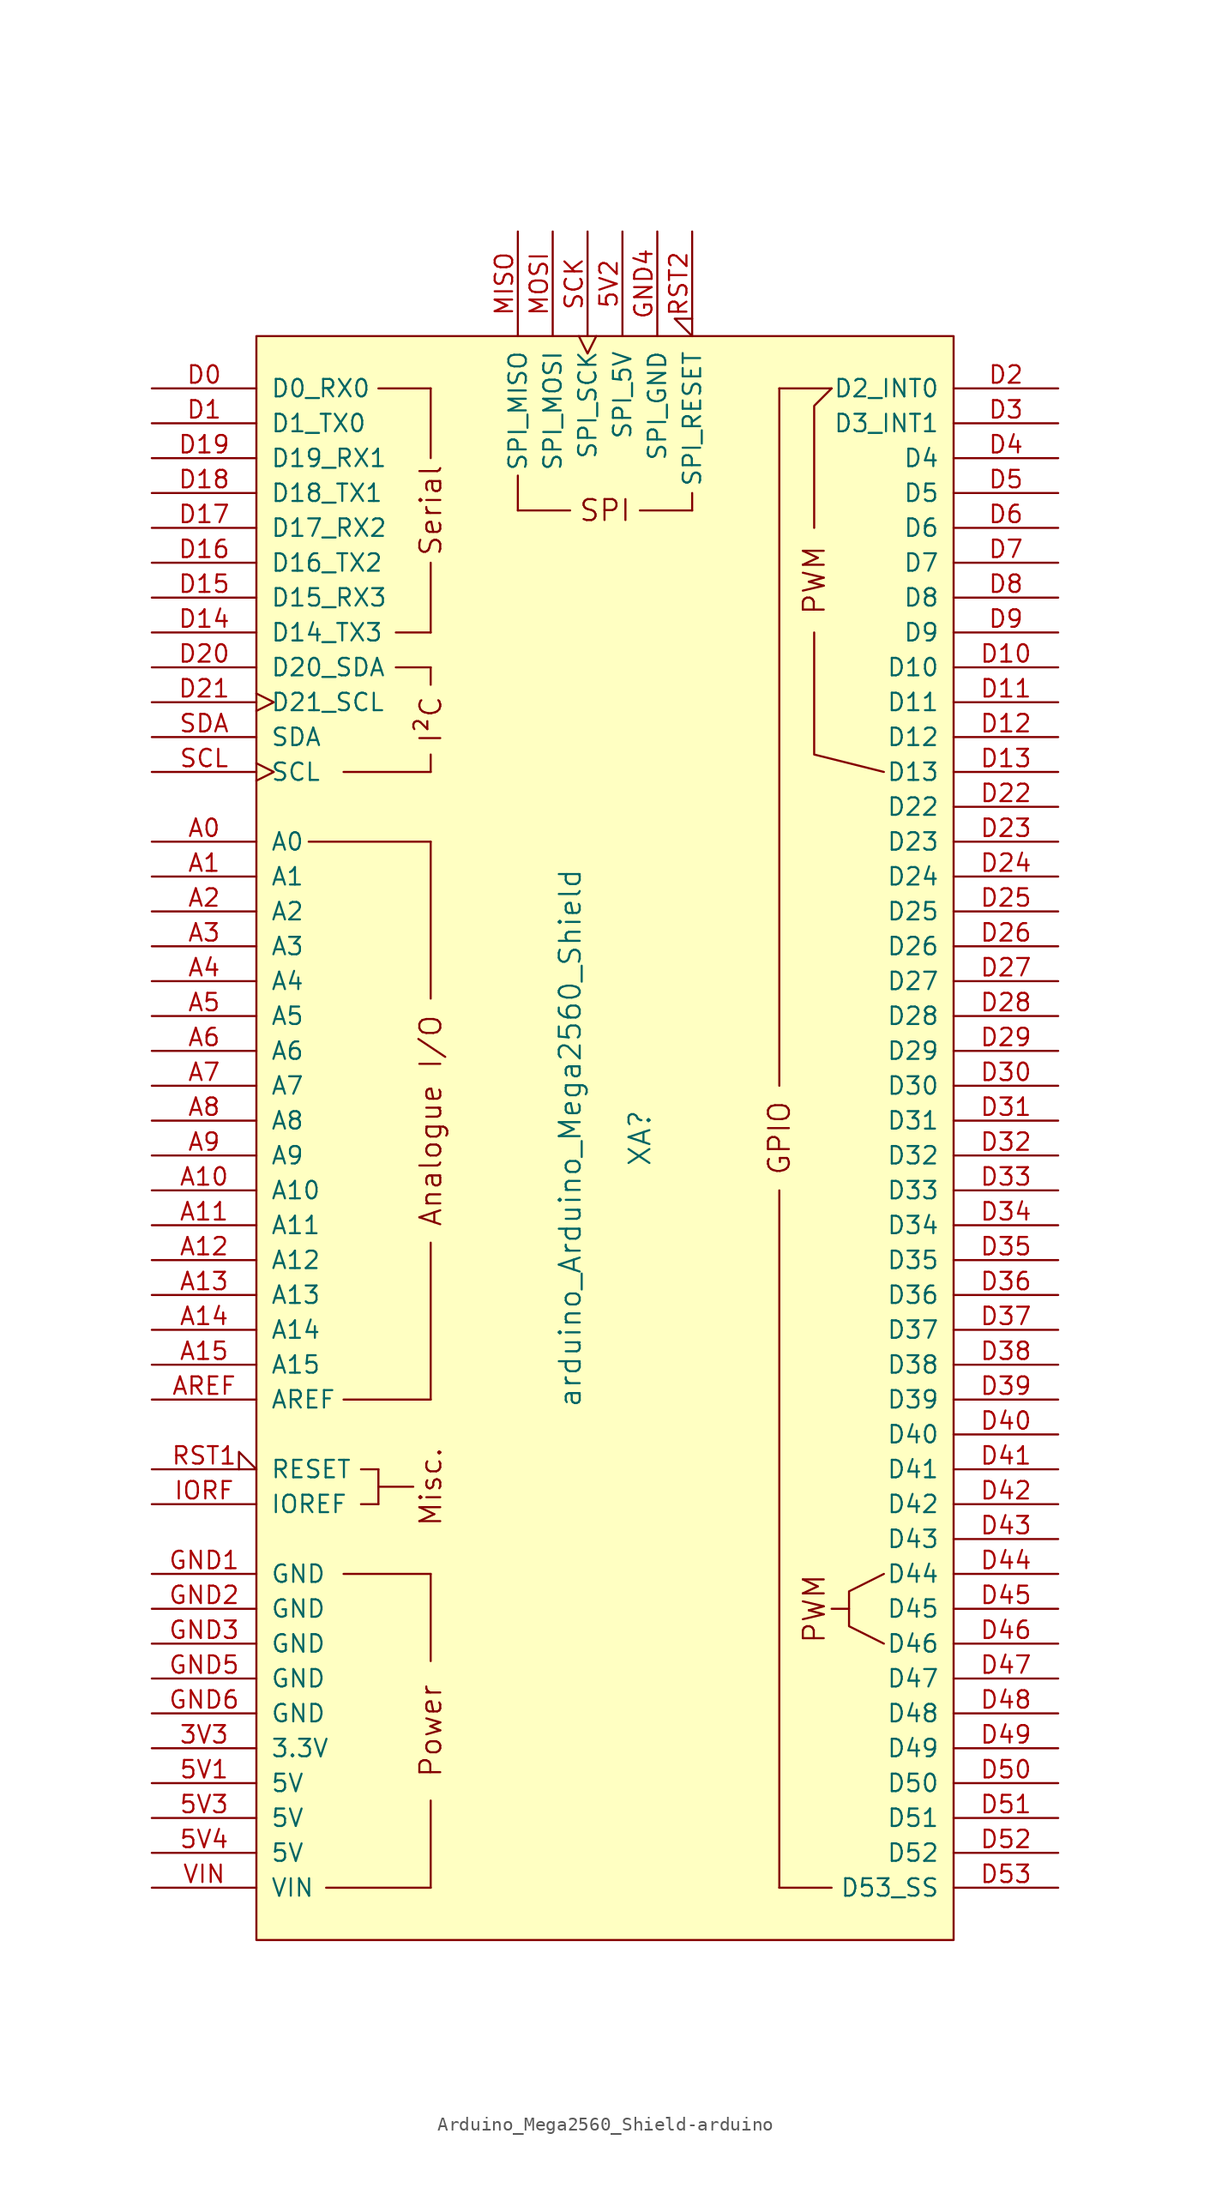
<source format=kicad_sym>
(kicad_symbol_lib
  (version 20220914)
  (generator kicad_symbol_editor)
  (symbol "Arduino_Mega2560_Shield-arduino"
    (pin_names
      (offset 1.016))
    (property "Reference" "XA"
      (at 2.54 0 90)
      (effects (font (size 1.524 1.524))))
    (property "Value" "arduino_Arduino_Mega2560_Shield"
      (at -2.54 0 90)
      (effects (font (size 1.524 1.524))))
    (symbol "Arduino_Mega2560_Shield-arduino_0_0"
      (rectangle (start -25.4 -58.42) (end 25.4 58.42) (stroke (width 0) (type solid)) (fill (type background)))
      (rectangle (start -20.32 -54.61) (end -12.7 -54.61) (stroke (width 0) (type solid)) (fill (type none)))
      (rectangle (start -19.05 -31.75) (end -12.7 -31.75) (stroke (width 0) (type solid)) (fill (type none)))
      (rectangle (start -19.05 -19.05) (end -12.7 -19.05) (stroke (width 0) (type solid)) (fill (type none)))
      (rectangle (start -19.05 26.67) (end -12.7 26.67) (stroke (width 0) (type solid)) (fill (type none)))
      (rectangle (start -17.78 -26.67) (end -16.51 -26.67) (stroke (width 0) (type solid)) (fill (type none)))
      (rectangle (start -17.78 -24.13) (end -16.51 -24.13) (stroke (width 0) (type solid)) (fill (type none)))
      (rectangle (start -16.51 -25.4) (end -13.97 -25.4) (stroke (width 0) (type solid)) (fill (type none)))
      (rectangle (start -16.51 -24.13) (end -16.51 -26.67) (stroke (width 0) (type solid)) (fill (type none)))
      (rectangle (start -16.51 54.61) (end -12.7 54.61) (stroke (width 0) (type solid)) (fill (type none)))
      (rectangle (start -15.24 34.29) (end -12.7 34.29) (stroke (width 0) (type solid)) (fill (type none)))
      (rectangle (start -15.24 36.83) (end -12.7 36.83) (stroke (width 0) (type solid)) (fill (type none)))
      (rectangle (start -12.7 -54.61) (end -12.7 -48.26) (stroke (width 0) (type solid)) (fill (type none)))
      (rectangle (start -12.7 -31.75) (end -12.7 -38.1) (stroke (width 0) (type solid)) (fill (type none)))
      (rectangle (start -12.7 26.67) (end -12.7 27.94) (stroke (width 0) (type solid)) (fill (type none)))
      (rectangle (start -12.7 34.29) (end -12.7 33.02) (stroke (width 0) (type solid)) (fill (type none)))
      (rectangle (start -12.7 41.91) (end -12.7 36.83) (stroke (width 0) (type solid)) (fill (type none)))
      (rectangle (start -12.7 49.53) (end -12.7 54.61) (stroke (width 0) (type solid)) (fill (type none)))
      (rectangle (start -6.35 48.26) (end -6.35 45.72) (stroke (width 0) (type solid)) (fill (type none)))
      (rectangle (start -2.54 45.72) (end -6.35 45.72) (stroke (width 0) (type solid)) (fill (type none)))
      (polyline (pts (xy -21.59 21.59) (xy -12.7 21.59)) (stroke (width 0) (type solid)) (fill (type none)))
      (polyline (pts (xy -12.7 -19.05) (xy -12.7 -7.62)) (stroke (width 0) (type solid)) (fill (type none)))
      (polyline (pts (xy -12.7 10.16) (xy -12.7 21.59)) (stroke (width 0) (type solid)) (fill (type none)))
      (polyline (pts (xy 12.7 -54.61) (xy 16.51 -54.61)) (stroke (width 0) (type solid)) (fill (type none)))
      (polyline (pts (xy 12.7 54.61) (xy 16.51 54.61)) (stroke (width 0) (type solid)) (fill (type none)))
      (polyline (pts (xy 17.78 -34.29) (xy 16.51 -34.29)) (stroke (width 0) (type solid)) (fill (type none)))
      (polyline (pts (xy 15.24 36.83) (xy 15.24 27.94) (xy 20.32 26.67)) (stroke (width 0) (type solid)) (fill (type none)))
      (polyline (pts (xy 15.24 44.45) (xy 15.24 53.34) (xy 16.51 54.61)) (stroke (width 0) (type solid)) (fill (type none)))
      (polyline (pts (xy 20.32 -31.75) (xy 17.78 -33.02) (xy 17.78 -35.56) (xy 20.32 -36.83)) (stroke (width 0) (type solid)) (fill (type none)))
      (rectangle (start 6.35 45.72) (end 2.54 45.72) (stroke (width 0) (type solid)) (fill (type none)))
      (rectangle (start 6.35 46.99) (end 6.35 45.72) (stroke (width 0) (type solid)) (fill (type none)))
      (text "Analogue I/O" (at -12.7 1.27 900) (effects (font (size 1.524 1.524))))
      (text "I²C" (at -12.7 30.48 900) (effects (font (size 1.524 1.524))))
      (text "Misc." (at -12.7 -25.4 900) (effects (font (size 1.524 1.524))))
      (text "Power" (at -12.7 -43.18 900) (effects (font (size 1.524 1.524))))
      (text "PWM" (at 15.24 -34.29 900) (effects (font (size 1.524 1.524))))
      (text "PWM" (at 15.24 40.64 900) (effects (font (size 1.524 1.524))))
      (text "Serial" (at -12.7 45.72 900) (effects (font (size 1.524 1.524))))
      (text "SPI" (at 0 45.72 0) (effects (font (size 1.524 1.524)))))
    (symbol "Arduino_Mega2560_Shield-arduino_1_0"
      (rectangle (start 12.7 -54.61) (end 12.7 -3.81) (stroke (width 0) (type solid)) (fill (type none)))
      (rectangle (start 12.7 54.61) (end 12.7 3.81) (stroke (width 0) (type solid)) (fill (type none)))
      (text "GPIO" (at 12.7 0 900) (effects (font (size 1.524 1.524)))))
    (symbol "Arduino_Mega2560_Shield-arduino_1_1"
      (pin power_in line (at -33.02 -44.45 0) (length 7.62) (name "3.3V" (effects (font (size 1.27 1.27)))) (number "3V3" (effects (font (size 1.27 1.27)))))
      (pin power_in line (at -33.02 -46.99 0) (length 7.62) (name "5V" (effects (font (size 1.27 1.27)))) (number "5V1" (effects (font (size 1.27 1.27)))))
      (pin power_in line (at 1.27 66.04 270) (length 7.62) (name "SPI_5V" (effects (font (size 1.27 1.27)))) (number "5V2" (effects (font (size 1.27 1.27)))))
      (pin power_in line (at -33.02 -49.53 0) (length 7.62) (name "5V" (effects (font (size 1.27 1.27)))) (number "5V3" (effects (font (size 1.27 1.27)))))
      (pin power_in line (at -33.02 -52.07 0) (length 7.62) (name "5V" (effects (font (size 1.27 1.27)))) (number "5V4" (effects (font (size 1.27 1.27)))))
      (pin bidirectional line (at -33.02 21.59 0) (length 7.62) (name "A0" (effects (font (size 1.27 1.27)))) (number "A0" (effects (font (size 1.27 1.27)))))
      (pin bidirectional line (at -33.02 19.05 0) (length 7.62) (name "A1" (effects (font (size 1.27 1.27)))) (number "A1" (effects (font (size 1.27 1.27)))))
      (pin bidirectional line (at -33.02 -3.81 0) (length 7.62) (name "A10" (effects (font (size 1.27 1.27)))) (number "A10" (effects (font (size 1.27 1.27)))))
      (pin bidirectional line (at -33.02 -6.35 0) (length 7.62) (name "A11" (effects (font (size 1.27 1.27)))) (number "A11" (effects (font (size 1.27 1.27)))))
      (pin bidirectional line (at -33.02 -8.89 0) (length 7.62) (name "A12" (effects (font (size 1.27 1.27)))) (number "A12" (effects (font (size 1.27 1.27)))))
      (pin bidirectional line (at -33.02 -11.43 0) (length 7.62) (name "A13" (effects (font (size 1.27 1.27)))) (number "A13" (effects (font (size 1.27 1.27)))))
      (pin bidirectional line (at -33.02 -13.97 0) (length 7.62) (name "A14" (effects (font (size 1.27 1.27)))) (number "A14" (effects (font (size 1.27 1.27)))))
      (pin bidirectional line (at -33.02 -16.51 0) (length 7.62) (name "A15" (effects (font (size 1.27 1.27)))) (number "A15" (effects (font (size 1.27 1.27)))))
      (pin bidirectional line (at -33.02 16.51 0) (length 7.62) (name "A2" (effects (font (size 1.27 1.27)))) (number "A2" (effects (font (size 1.27 1.27)))))
      (pin bidirectional line (at -33.02 13.97 0) (length 7.62) (name "A3" (effects (font (size 1.27 1.27)))) (number "A3" (effects (font (size 1.27 1.27)))))
      (pin bidirectional line (at -33.02 11.43 0) (length 7.62) (name "A4" (effects (font (size 1.27 1.27)))) (number "A4" (effects (font (size 1.27 1.27)))))
      (pin bidirectional line (at -33.02 8.89 0) (length 7.62) (name "A5" (effects (font (size 1.27 1.27)))) (number "A5" (effects (font (size 1.27 1.27)))))
      (pin bidirectional line (at -33.02 6.35 0) (length 7.62) (name "A6" (effects (font (size 1.27 1.27)))) (number "A6" (effects (font (size 1.27 1.27)))))
      (pin bidirectional line (at -33.02 3.81 0) (length 7.62) (name "A7" (effects (font (size 1.27 1.27)))) (number "A7" (effects (font (size 1.27 1.27)))))
      (pin bidirectional line (at -33.02 1.27 0) (length 7.62) (name "A8" (effects (font (size 1.27 1.27)))) (number "A8" (effects (font (size 1.27 1.27)))))
      (pin bidirectional line (at -33.02 -1.27 0) (length 7.62) (name "A9" (effects (font (size 1.27 1.27)))) (number "A9" (effects (font (size 1.27 1.27)))))
      (pin input line (at -33.02 -19.05 0) (length 7.62) (name "AREF" (effects (font (size 1.27 1.27)))) (number "AREF" (effects (font (size 1.27 1.27)))))
      (pin bidirectional line (at -33.02 54.61 0) (length 7.62) (name "D0_RX0" (effects (font (size 1.27 1.27)))) (number "D0" (effects (font (size 1.27 1.27)))))
      (pin bidirectional line (at -33.02 52.07 0) (length 7.62) (name "D1_TX0" (effects (font (size 1.27 1.27)))) (number "D1" (effects (font (size 1.27 1.27)))))
      (pin bidirectional line (at 33.02 34.29 180) (length 7.62) (name "D10" (effects (font (size 1.27 1.27)))) (number "D10" (effects (font (size 1.27 1.27)))))
      (pin bidirectional line (at 33.02 31.75 180) (length 7.62) (name "D11" (effects (font (size 1.27 1.27)))) (number "D11" (effects (font (size 1.27 1.27)))))
      (pin bidirectional line (at 33.02 29.21 180) (length 7.62) (name "D12" (effects (font (size 1.27 1.27)))) (number "D12" (effects (font (size 1.27 1.27)))))
      (pin bidirectional line (at 33.02 26.67 180) (length 7.62) (name "D13" (effects (font (size 1.27 1.27)))) (number "D13" (effects (font (size 1.27 1.27)))))
      (pin bidirectional line (at -33.02 36.83 0) (length 7.62) (name "D14_TX3" (effects (font (size 1.27 1.27)))) (number "D14" (effects (font (size 1.27 1.27)))))
      (pin bidirectional line (at -33.02 39.37 0) (length 7.62) (name "D15_RX3" (effects (font (size 1.27 1.27)))) (number "D15" (effects (font (size 1.27 1.27)))))
      (pin bidirectional line (at -33.02 41.91 0) (length 7.62) (name "D16_TX2" (effects (font (size 1.27 1.27)))) (number "D16" (effects (font (size 1.27 1.27)))))
      (pin bidirectional line (at -33.02 44.45 0) (length 7.62) (name "D17_RX2" (effects (font (size 1.27 1.27)))) (number "D17" (effects (font (size 1.27 1.27)))))
      (pin bidirectional line (at -33.02 46.99 0) (length 7.62) (name "D18_TX1" (effects (font (size 1.27 1.27)))) (number "D18" (effects (font (size 1.27 1.27)))))
      (pin bidirectional line (at -33.02 49.53 0) (length 7.62) (name "D19_RX1" (effects (font (size 1.27 1.27)))) (number "D19" (effects (font (size 1.27 1.27)))))
      (pin bidirectional line (at 33.02 54.61 180) (length 7.62) (name "D2_INT0" (effects (font (size 1.27 1.27)))) (number "D2" (effects (font (size 1.27 1.27)))))
      (pin bidirectional line (at -33.02 34.29 0) (length 7.62) (name "D20_SDA" (effects (font (size 1.27 1.27)))) (number "D20" (effects (font (size 1.27 1.27)))))
      (pin bidirectional clock (at -33.02 31.75 0) (length 7.62) (name "D21_SCL" (effects (font (size 1.27 1.27)))) (number "D21" (effects (font (size 1.27 1.27)))))
      (pin bidirectional line (at 33.02 24.13 180) (length 7.62) (name "D22" (effects (font (size 1.27 1.27)))) (number "D22" (effects (font (size 1.27 1.27)))))
      (pin bidirectional line (at 33.02 21.59 180) (length 7.62) (name "D23" (effects (font (size 1.27 1.27)))) (number "D23" (effects (font (size 1.27 1.27)))))
      (pin bidirectional line (at 33.02 19.05 180) (length 7.62) (name "D24" (effects (font (size 1.27 1.27)))) (number "D24" (effects (font (size 1.27 1.27)))))
      (pin bidirectional line (at 33.02 16.51 180) (length 7.62) (name "D25" (effects (font (size 1.27 1.27)))) (number "D25" (effects (font (size 1.27 1.27)))))
      (pin bidirectional line (at 33.02 13.97 180) (length 7.62) (name "D26" (effects (font (size 1.27 1.27)))) (number "D26" (effects (font (size 1.27 1.27)))))
      (pin bidirectional line (at 33.02 11.43 180) (length 7.62) (name "D27" (effects (font (size 1.27 1.27)))) (number "D27" (effects (font (size 1.27 1.27)))))
      (pin bidirectional line (at 33.02 8.89 180) (length 7.62) (name "D28" (effects (font (size 1.27 1.27)))) (number "D28" (effects (font (size 1.27 1.27)))))
      (pin bidirectional line (at 33.02 6.35 180) (length 7.62) (name "D29" (effects (font (size 1.27 1.27)))) (number "D29" (effects (font (size 1.27 1.27)))))
      (pin bidirectional line (at 33.02 52.07 180) (length 7.62) (name "D3_INT1" (effects (font (size 1.27 1.27)))) (number "D3" (effects (font (size 1.27 1.27)))))
      (pin bidirectional line (at 33.02 3.81 180) (length 7.62) (name "D30" (effects (font (size 1.27 1.27)))) (number "D30" (effects (font (size 1.27 1.27)))))
      (pin bidirectional line (at 33.02 1.27 180) (length 7.62) (name "D31" (effects (font (size 1.27 1.27)))) (number "D31" (effects (font (size 1.27 1.27)))))
      (pin bidirectional line (at 33.02 -1.27 180) (length 7.62) (name "D32" (effects (font (size 1.27 1.27)))) (number "D32" (effects (font (size 1.27 1.27)))))
      (pin bidirectional line (at 33.02 -3.81 180) (length 7.62) (name "D33" (effects (font (size 1.27 1.27)))) (number "D33" (effects (font (size 1.27 1.27)))))
      (pin bidirectional line (at 33.02 -6.35 180) (length 7.62) (name "D34" (effects (font (size 1.27 1.27)))) (number "D34" (effects (font (size 1.27 1.27)))))
      (pin bidirectional line (at 33.02 -8.89 180) (length 7.62) (name "D35" (effects (font (size 1.27 1.27)))) (number "D35" (effects (font (size 1.27 1.27)))))
      (pin bidirectional line (at 33.02 -11.43 180) (length 7.62) (name "D36" (effects (font (size 1.27 1.27)))) (number "D36" (effects (font (size 1.27 1.27)))))
      (pin bidirectional line (at 33.02 -13.97 180) (length 7.62) (name "D37" (effects (font (size 1.27 1.27)))) (number "D37" (effects (font (size 1.27 1.27)))))
      (pin bidirectional line (at 33.02 -16.51 180) (length 7.62) (name "D38" (effects (font (size 1.27 1.27)))) (number "D38" (effects (font (size 1.27 1.27)))))
      (pin bidirectional line (at 33.02 -19.05 180) (length 7.62) (name "D39" (effects (font (size 1.27 1.27)))) (number "D39" (effects (font (size 1.27 1.27)))))
      (pin bidirectional line (at 33.02 49.53 180) (length 7.62) (name "D4" (effects (font (size 1.27 1.27)))) (number "D4" (effects (font (size 1.27 1.27)))))
      (pin bidirectional line (at 33.02 -21.59 180) (length 7.62) (name "D40" (effects (font (size 1.27 1.27)))) (number "D40" (effects (font (size 1.27 1.27)))))
      (pin bidirectional line (at 33.02 -24.13 180) (length 7.62) (name "D41" (effects (font (size 1.27 1.27)))) (number "D41" (effects (font (size 1.27 1.27)))))
      (pin bidirectional line (at 33.02 -26.67 180) (length 7.62) (name "D42" (effects (font (size 1.27 1.27)))) (number "D42" (effects (font (size 1.27 1.27)))))
      (pin bidirectional line (at 33.02 -29.21 180) (length 7.62) (name "D43" (effects (font (size 1.27 1.27)))) (number "D43" (effects (font (size 1.27 1.27)))))
      (pin bidirectional line (at 33.02 -31.75 180) (length 7.62) (name "D44" (effects (font (size 1.27 1.27)))) (number "D44" (effects (font (size 1.27 1.27)))))
      (pin bidirectional line (at 33.02 -34.29 180) (length 7.62) (name "D45" (effects (font (size 1.27 1.27)))) (number "D45" (effects (font (size 1.27 1.27)))))
      (pin bidirectional line (at 33.02 -36.83 180) (length 7.62) (name "D46" (effects (font (size 1.27 1.27)))) (number "D46" (effects (font (size 1.27 1.27)))))
      (pin bidirectional line (at 33.02 -39.37 180) (length 7.62) (name "D47" (effects (font (size 1.27 1.27)))) (number "D47" (effects (font (size 1.27 1.27)))))
      (pin bidirectional line (at 33.02 -41.91 180) (length 7.62) (name "D48" (effects (font (size 1.27 1.27)))) (number "D48" (effects (font (size 1.27 1.27)))))
      (pin bidirectional line (at 33.02 -44.45 180) (length 7.62) (name "D49" (effects (font (size 1.27 1.27)))) (number "D49" (effects (font (size 1.27 1.27)))))
      (pin bidirectional line (at 33.02 46.99 180) (length 7.62) (name "D5" (effects (font (size 1.27 1.27)))) (number "D5" (effects (font (size 1.27 1.27)))))
      (pin bidirectional line (at 33.02 -46.99 180) (length 7.62) (name "D50" (effects (font (size 1.27 1.27)))) (number "D50" (effects (font (size 1.27 1.27)))))
      (pin bidirectional line (at 33.02 -49.53 180) (length 7.62) (name "D51" (effects (font (size 1.27 1.27)))) (number "D51" (effects (font (size 1.27 1.27)))))
      (pin bidirectional line (at 33.02 -52.07 180) (length 7.62) (name "D52" (effects (font (size 1.27 1.27)))) (number "D52" (effects (font (size 1.27 1.27)))))
      (pin bidirectional line (at 33.02 -54.61 180) (length 7.62) (name "D53_SS" (effects (font (size 1.27 1.27)))) (number "D53" (effects (font (size 1.27 1.27)))))
      (pin bidirectional line (at 33.02 44.45 180) (length 7.62) (name "D6" (effects (font (size 1.27 1.27)))) (number "D6" (effects (font (size 1.27 1.27)))))
      (pin bidirectional line (at 33.02 41.91 180) (length 7.62) (name "D7" (effects (font (size 1.27 1.27)))) (number "D7" (effects (font (size 1.27 1.27)))))
      (pin bidirectional line (at 33.02 39.37 180) (length 7.62) (name "D8" (effects (font (size 1.27 1.27)))) (number "D8" (effects (font (size 1.27 1.27)))))
      (pin bidirectional line (at 33.02 36.83 180) (length 7.62) (name "D9" (effects (font (size 1.27 1.27)))) (number "D9" (effects (font (size 1.27 1.27)))))
      (pin power_in line (at -33.02 -31.75 0) (length 7.62) (name "GND" (effects (font (size 1.27 1.27)))) (number "GND1" (effects (font (size 1.27 1.27)))))
      (pin power_in line (at -33.02 -34.29 0) (length 7.62) (name "GND" (effects (font (size 1.27 1.27)))) (number "GND2" (effects (font (size 1.27 1.27)))))
      (pin power_in line (at -33.02 -36.83 0) (length 7.62) (name "GND" (effects (font (size 1.27 1.27)))) (number "GND3" (effects (font (size 1.27 1.27)))))
      (pin power_in line (at 3.81 66.04 270) (length 7.62) (name "SPI_GND" (effects (font (size 1.27 1.27)))) (number "GND4" (effects (font (size 1.27 1.27)))))
      (pin power_in line (at -33.02 -39.37 0) (length 7.62) (name "GND" (effects (font (size 1.27 1.27)))) (number "GND5" (effects (font (size 1.27 1.27)))))
      (pin power_in line (at -33.02 -41.91 0) (length 7.62) (name "GND" (effects (font (size 1.27 1.27)))) (number "GND6" (effects (font (size 1.27 1.27)))))
      (pin output line (at -33.02 -26.67 0) (length 7.62) (name "IOREF" (effects (font (size 1.27 1.27)))) (number "IORF" (effects (font (size 1.27 1.27)))))
      (pin input line (at -6.35 66.04 270) (length 7.62) (name "SPI_MISO" (effects (font (size 1.27 1.27)))) (number "MISO" (effects (font (size 1.27 1.27)))))
      (pin output line (at -3.81 66.04 270) (length 7.62) (name "SPI_MOSI" (effects (font (size 1.27 1.27)))) (number "MOSI" (effects (font (size 1.27 1.27)))))
      (pin open_collector input_low (at -33.02 -24.13 0) (length 7.62) (name "RESET" (effects (font (size 1.27 1.27)))) (number "RST1" (effects (font (size 1.27 1.27)))))
      (pin open_collector input_low (at 6.35 66.04 270) (length 7.62) (name "SPI_RESET" (effects (font (size 1.27 1.27)))) (number "RST2" (effects (font (size 1.27 1.27)))))
      (pin output clock (at -1.27 66.04 270) (length 7.62) (name "SPI_SCK" (effects (font (size 1.27 1.27)))) (number "SCK" (effects (font (size 1.27 1.27)))))
      (pin bidirectional clock (at -33.02 26.67 0) (length 7.62) (name "SCL" (effects (font (size 1.27 1.27)))) (number "SCL" (effects (font (size 1.27 1.27)))))
      (pin bidirectional line (at -33.02 29.21 0) (length 7.62) (name "SDA" (effects (font (size 1.27 1.27)))) (number "SDA" (effects (font (size 1.27 1.27)))))
      (pin power_in line (at -33.02 -54.61 0) (length 7.62) (name "VIN" (effects (font (size 1.27 1.27)))) (number "VIN" (effects (font (size 1.27 1.27))))))))
</source>
